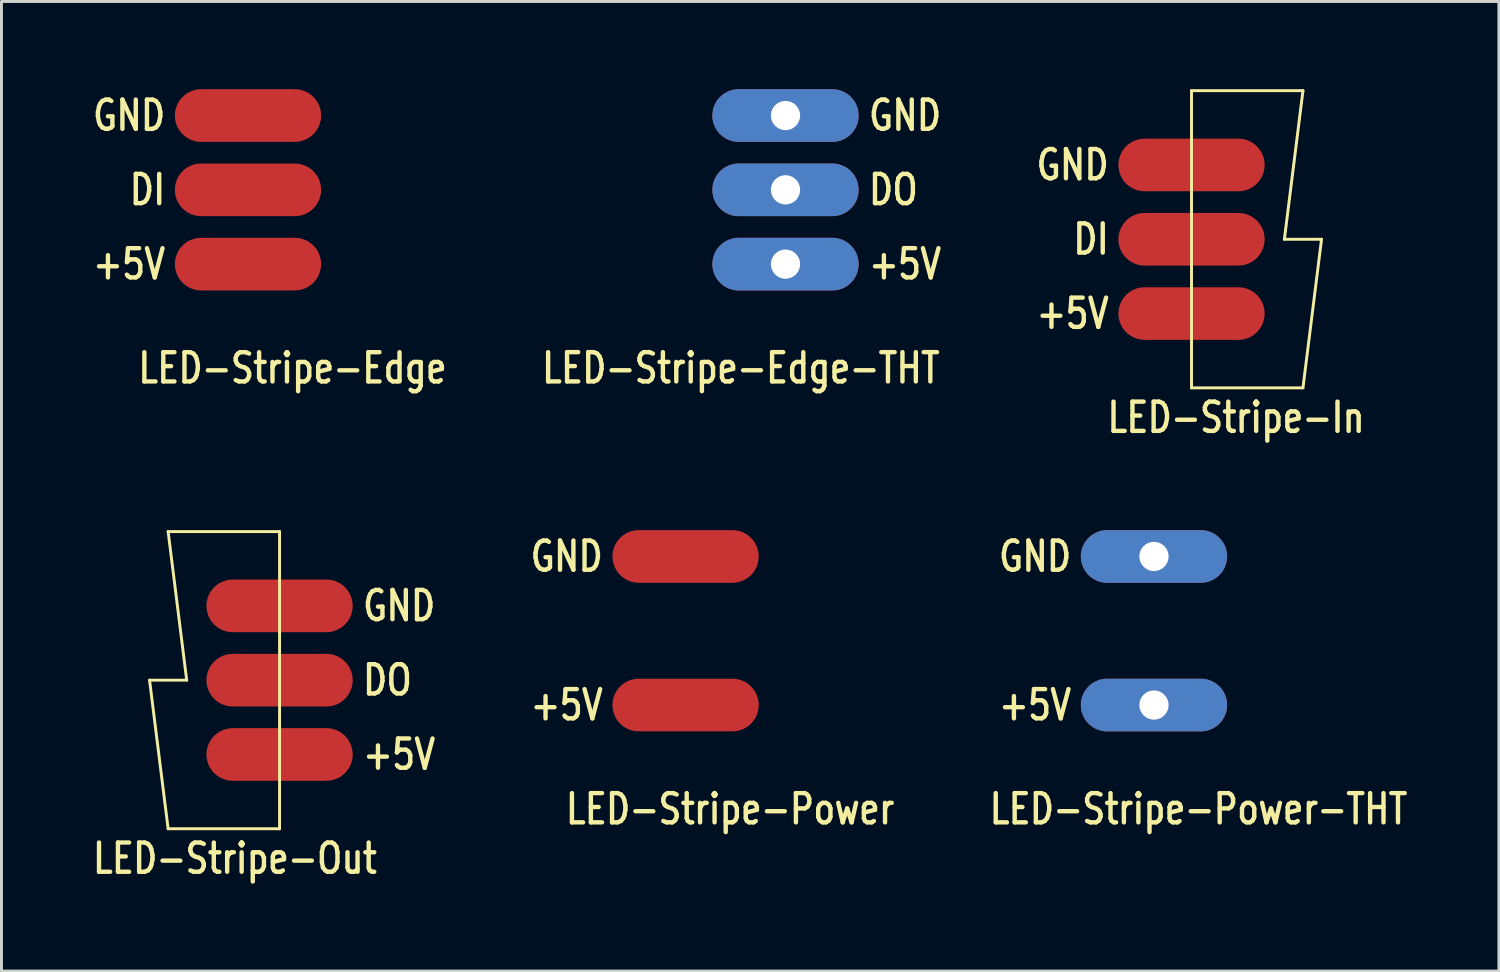
<source format=kicad_pcb>
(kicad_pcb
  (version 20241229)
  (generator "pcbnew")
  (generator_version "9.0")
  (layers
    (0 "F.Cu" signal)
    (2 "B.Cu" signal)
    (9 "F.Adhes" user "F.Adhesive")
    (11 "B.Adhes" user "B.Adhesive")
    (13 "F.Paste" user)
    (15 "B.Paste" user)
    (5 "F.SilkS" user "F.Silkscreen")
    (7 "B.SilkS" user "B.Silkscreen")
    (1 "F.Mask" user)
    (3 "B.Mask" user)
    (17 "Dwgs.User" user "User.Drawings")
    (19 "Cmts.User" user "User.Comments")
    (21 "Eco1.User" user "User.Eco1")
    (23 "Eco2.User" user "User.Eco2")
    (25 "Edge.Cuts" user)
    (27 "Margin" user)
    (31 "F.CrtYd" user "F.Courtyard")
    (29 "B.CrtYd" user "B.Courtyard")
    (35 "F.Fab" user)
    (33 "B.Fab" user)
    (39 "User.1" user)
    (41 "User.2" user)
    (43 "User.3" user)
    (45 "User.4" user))
  (footprint "LED-Stripe-Power"
    (layer "F.Cu")
    (at 20.389 18.514)
    (property "Reference" "LED-Stripe-Power" (at 1.524 6.096 0) (layer "F.SilkS") (effects (font (size 1 0.8) (thickness 0.15))))
    (attr through_hole)
    (fp_text user "GND" (at -4.064 -2.54 0) (layer "F.SilkS") (effects (font (size 1 0.8) (thickness 0.15))))
    (fp_text user "+5V" (at -4.064 2.54 0) (layer "F.SilkS") (effects (font (size 1 0.8) (thickness 0.15))))
    (pad "1" smd oval (at 0 -2.54) (size 5 1.8) (layers "F.Cu" "F.Mask" "F.Paste"))
    (pad "2" smd oval (at 0 2.54) (size 5 1.8) (layers "F.Cu" "F.Mask" "F.Paste")))
  (footprint "LED-Stripe-Edge-THT"
    (layer "F.Cu")
    (at 23.805 3.44)
    (property "Reference" "LED-Stripe-Edge-THT" (at -1.525 6.095 0) (layer "F.SilkS") (effects (font (size 1 0.8) (thickness 0.15))))
    (attr through_hole)
    (fp_text user "DO" (at 3.688 -0.001 0) (layer "F.SilkS") (effects (font (size 1 0.8) (thickness 0.15))))
    (fp_text user "+5V" (at 4.088 2.539 0) (layer "F.SilkS") (effects (font (size 1 0.8) (thickness 0.15))))
    (fp_text user "GND" (at 4.088 -2.541 0) (layer "F.SilkS") (effects (font (size 1 0.8) (thickness 0.15))))
    (pad "1" thru_hole oval (at 0 -2.54) (size 5 1.8) (drill 1) (layers "*.Cu" "*.Mask"))
    (pad "2" thru_hole oval (at 0 0) (size 5 1.8) (drill 1) (layers "*.Cu" "*.Mask"))
    (pad "3" thru_hole oval (at 0 2.54) (size 5 1.8) (drill 1) (layers "*.Cu" "*.Mask")))
  (footprint "LED-Stripe-Edge"
    (layer "F.Cu")
    (at 5.428 3.44)
    (property "Reference" "LED-Stripe-Edge" (at 1.524 6.096 0) (layer "F.SilkS") (effects (font (size 1 0.8) (thickness 0.15))))
    (attr through_hole)
    (fp_text user "GND" (at -4.064 -2.54 0) (layer "F.SilkS") (effects (font (size 1 0.8) (thickness 0.15))))
    (fp_text user "DI" (at -3.435 0 0) (layer "F.SilkS") (effects (font (size 1 0.8) (thickness 0.15))))
    (fp_text user "+5V" (at -4.064 2.54 0) (layer "F.SilkS") (effects (font (size 1 0.8) (thickness 0.15))))
    (pad "1" smd oval (at 0 -2.54) (size 5 1.8) (layers "F.Cu" "F.Mask" "F.Paste"))
    (pad "2" smd oval (at 0 0) (size 5 1.8) (layers "F.Cu" "F.Mask" "F.Paste"))
    (pad "3" smd oval (at 0 2.54) (size 5 1.8) (layers "F.Cu" "F.Mask" "F.Paste")))
  (footprint "LED-Stripe-Out"
    (layer "F.Cu")
    (at 6.508 20.204)
    (property "Reference" "LED-Stripe-Out" (at -1.525 6.095 0) (layer "F.SilkS") (effects (font (size 1 0.8) (thickness 0.15))))
    (attr through_hole)
    (fp_line (start -4.445 0) (end -3.81 5.08) (stroke (width 0.1) (type solid)) (layer "F.SilkS"))
    (fp_line (start -3.81 -5.08) (end -3.175 0) (stroke (width 0.1) (type solid)) (layer "F.SilkS"))
    (fp_line (start -3.81 -5.08) (end 0 -5.08) (stroke (width 0.1) (type solid)) (layer "F.SilkS"))
    (fp_line (start -3.175 0) (end -4.445 0) (stroke (width 0.1) (type solid)) (layer "F.SilkS"))
    (fp_line (start 0 -5.08) (end 0 5.08) (stroke (width 0.1) (type solid)) (layer "F.SilkS"))
    (fp_line (start 0 5.08) (end -3.811 5.079) (stroke (width 0.1) (type solid)) (layer "F.SilkS"))
    (fp_text user "GND" (at 4.088 -2.541 0) (layer "F.SilkS") (effects (font (size 1 0.8) (thickness 0.15))))
    (fp_text user "+5V" (at 4.088 2.539 0) (layer "F.SilkS") (effects (font (size 1 0.8) (thickness 0.15))))
    (fp_text user "DO" (at 3.688 -0.001 0) (layer "F.SilkS") (effects (font (size 1 0.8) (thickness 0.15))))
    (pad "1" smd oval (at 0 -2.54) (size 5 1.8) (layers "F.Cu" "F.Mask" "F.Paste"))
    (pad "2" smd oval (at 0 0) (size 5 1.8) (layers "F.Cu" "F.Mask" "F.Paste"))
    (pad "3" smd oval (at 0 2.54) (size 5 1.8) (layers "F.Cu" "F.Mask" "F.Paste")))
  (footprint "LED-Stripe-In"
    (layer "F.Cu")
    (at 37.686 5.13)
    (property "Reference" "LED-Stripe-In" (at 1.524 6.096 0) (layer "F.SilkS") (effects (font (size 1 0.8) (thickness 0.15))))
    (attr through_hole)
    (fp_line (start 0 -5.08) (end 0 5.08) (stroke (width 0.1) (type solid)) (layer "F.SilkS"))
    (fp_line (start 0 5.08) (end 3.81 5.08) (stroke (width 0.1) (type solid)) (layer "F.SilkS"))
    (fp_line (start 3.175 0) (end 4.445 0) (stroke (width 0.1) (type solid)) (layer "F.SilkS"))
    (fp_line (start 3.81 -5.08) (end 0 -5.08) (stroke (width 0.1) (type solid)) (layer "F.SilkS"))
    (fp_line (start 3.81 -5.08) (end 3.175 0) (stroke (width 0.1) (type solid)) (layer "F.SilkS"))
    (fp_line (start 4.445 0) (end 3.81 5.08) (stroke (width 0.1) (type solid)) (layer "F.SilkS"))
    (fp_text user "+5V" (at -4.064 2.54 0) (layer "F.SilkS") (effects (font (size 1 0.8) (thickness 0.15))))
    (fp_text user "DI" (at -3.435 0 0) (layer "F.SilkS") (effects (font (size 1 0.8) (thickness 0.15))))
    (fp_text user "GND" (at -4.064 -2.54 0) (layer "F.SilkS") (effects (font (size 1 0.8) (thickness 0.15))))
    (pad "1" smd oval (at 0 -2.54) (size 5 1.8) (layers "F.Cu" "F.Mask" "F.Paste"))
    (pad "2" smd oval (at 0 0) (size 5 1.8) (layers "F.Cu" "F.Mask" "F.Paste"))
    (pad "3" smd oval (at 0 2.54) (size 5 1.8) (layers "F.Cu" "F.Mask" "F.Paste")))
  (footprint "LED-Stripe-Power-THT"
    (layer "F.Cu")
    (at 36.402 18.514)
    (property "Reference" "LED-Stripe-Power-THT" (at 1.524 6.096 0) (layer "F.SilkS") (effects (font (size 1 0.8) (thickness 0.15))))
    (attr through_hole)
    (fp_text user "+5V" (at -4.064 2.54 0) (layer "F.SilkS") (effects (font (size 1 0.8) (thickness 0.15))))
    (fp_text user "GND" (at -4.064 -2.54 0) (layer "F.SilkS") (effects (font (size 1 0.8) (thickness 0.15))))
    (pad "1" thru_hole oval (at 0 -2.54) (size 5 1.8) (drill 1) (layers "*.Cu" "*.Mask"))
    (pad "2" thru_hole oval (at 0 2.54) (size 5 1.8) (drill 1) (layers "*.Cu" "*.Mask")))
  (gr_rect
    (start -3 -3)
    (end 48.195 30.148)
    (stroke (width 0.1) (type default))
    (fill no)
    (layer "Edge.Cuts")))
</source>
